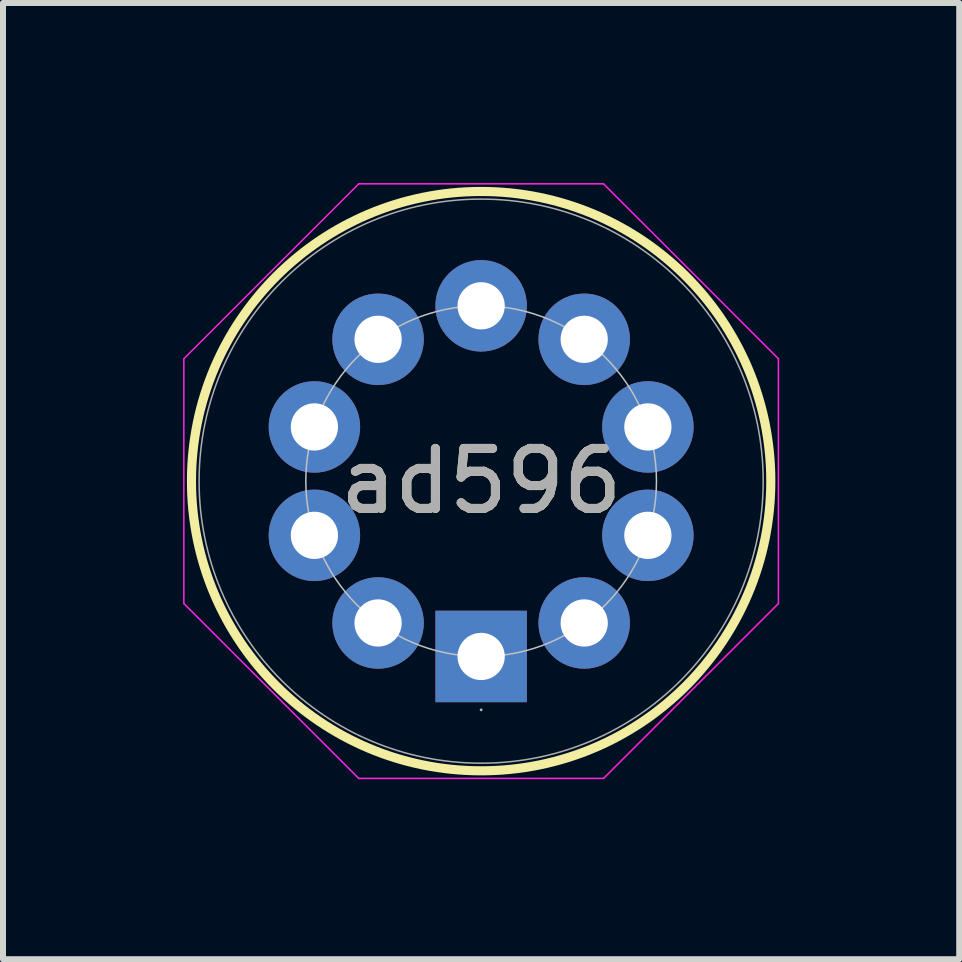
<source format=kicad_pcb>
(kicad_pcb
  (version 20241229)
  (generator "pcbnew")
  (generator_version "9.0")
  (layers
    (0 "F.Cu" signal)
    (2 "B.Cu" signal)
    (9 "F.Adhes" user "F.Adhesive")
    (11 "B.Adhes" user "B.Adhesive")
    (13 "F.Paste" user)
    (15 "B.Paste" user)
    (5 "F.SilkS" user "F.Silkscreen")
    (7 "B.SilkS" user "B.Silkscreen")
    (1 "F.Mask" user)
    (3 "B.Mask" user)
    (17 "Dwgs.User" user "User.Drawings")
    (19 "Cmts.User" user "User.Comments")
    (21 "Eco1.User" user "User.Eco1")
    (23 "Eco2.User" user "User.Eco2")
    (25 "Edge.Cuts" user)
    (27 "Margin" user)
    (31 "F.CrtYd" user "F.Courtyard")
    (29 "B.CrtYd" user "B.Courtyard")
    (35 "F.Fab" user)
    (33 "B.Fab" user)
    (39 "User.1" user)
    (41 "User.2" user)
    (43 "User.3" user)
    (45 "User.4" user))
  (footprint "ad596"
    (layer "F.Cu")
    (at 4.966 7.887)
    (property "Reference" "ad596" (at 0 -2.921 0) (unlocked yes) (layer "F.SilkS") (effects (font (size 1 1) (thickness 0.15))))
    (attr through_hole)
    (fp_circle (center 0 -2.921) (end 4.826 -2.921) (stroke (width 0.152) (type solid)) (fill no) (layer "F.SilkS"))
    (fp_circle (center 0 -2.921) (end 2.921 -2.921) (stroke (width 0.025) (type solid)) (fill no) (layer "Dwgs.User"))
    (fp_line (start -4.953 -4.96) (end -2.039 -7.874) (stroke (width 0.025) (type solid)) (layer "F.CrtYd"))
    (fp_line (start -4.953 -0.882) (end -4.953 -4.96) (stroke (width 0.025) (type solid)) (layer "F.CrtYd"))
    (fp_line (start -2.039 -7.874) (end 2.039 -7.874) (stroke (width 0.025) (type solid)) (layer "F.CrtYd"))
    (fp_line (start -2.039 2.032) (end -4.953 -0.882) (stroke (width 0.025) (type solid)) (layer "F.CrtYd"))
    (fp_line (start 2.039 -7.874) (end 4.953 -4.96) (stroke (width 0.025) (type solid)) (layer "F.CrtYd"))
    (fp_line (start 2.039 2.032) (end -2.039 2.032) (stroke (width 0.025) (type solid)) (layer "F.CrtYd"))
    (fp_line (start 4.953 -4.96) (end 4.953 -0.882) (stroke (width 0.025) (type solid)) (layer "F.CrtYd"))
    (fp_line (start 4.953 -0.882) (end 2.039 2.032) (stroke (width 0.025) (type solid)) (layer "F.CrtYd"))
    (fp_circle (center 0 -2.921) (end 4.699 -2.921) (stroke (width 0.025) (type solid)) (fill no) (layer "F.Fab"))
    (fp_circle (center 0 0.889) (end 0 0.889) (stroke (width 0.025) (type solid)) (fill no) (layer "F.Fab"))
    (fp_text user "${REFERENCE}" (at 0 -2.921 0) (unlocked yes) (layer "F.Fab") (effects (font (size 1 1) (thickness 0.15))))
    (pad "1" thru_hole rect (at 0 0) (size 1.524 1.524) (drill 0.787) (layers "*.Cu" "*.Mask"))
    (pad "2" thru_hole circle (at 1.717 -0.558 36) (size 1.524 1.524) (drill 0.787) (layers "*.Cu" "*.Mask"))
    (pad "3" thru_hole circle (at 2.778 -2.018 72) (size 1.524 1.524) (drill 0.787) (layers "*.Cu" "*.Mask"))
    (pad "4" thru_hole circle (at 2.778 -3.824 108) (size 1.524 1.524) (drill 0.787) (layers "*.Cu" "*.Mask"))
    (pad "5" thru_hole circle (at 1.717 -5.284 144) (size 1.524 1.524) (drill 0.787) (layers "*.Cu" "*.Mask"))
    (pad "6" thru_hole circle (at 0 -5.842) (size 1.524 1.524) (drill 0.787) (layers "*.Cu" "*.Mask"))
    (pad "7" thru_hole circle (at -1.717 -5.284 216) (size 1.524 1.524) (drill 0.787) (layers "*.Cu" "*.Mask"))
    (pad "8" thru_hole circle (at -2.778 -3.824 252) (size 1.524 1.524) (drill 0.787) (layers "*.Cu" "*.Mask"))
    (pad "9" thru_hole circle (at -2.778 -2.018 288) (size 1.524 1.524) (drill 0.787) (layers "*.Cu" "*.Mask"))
    (pad "10" thru_hole circle (at -1.717 -0.558 324) (size 1.524 1.524) (drill 0.787) (layers "*.Cu" "*.Mask")))
  (gr_rect
    (start -3 -3)
    (end 12.931 12.931)
    (stroke (width 0.1) (type default))
    (fill no)
    (layer "Edge.Cuts")))
</source>
